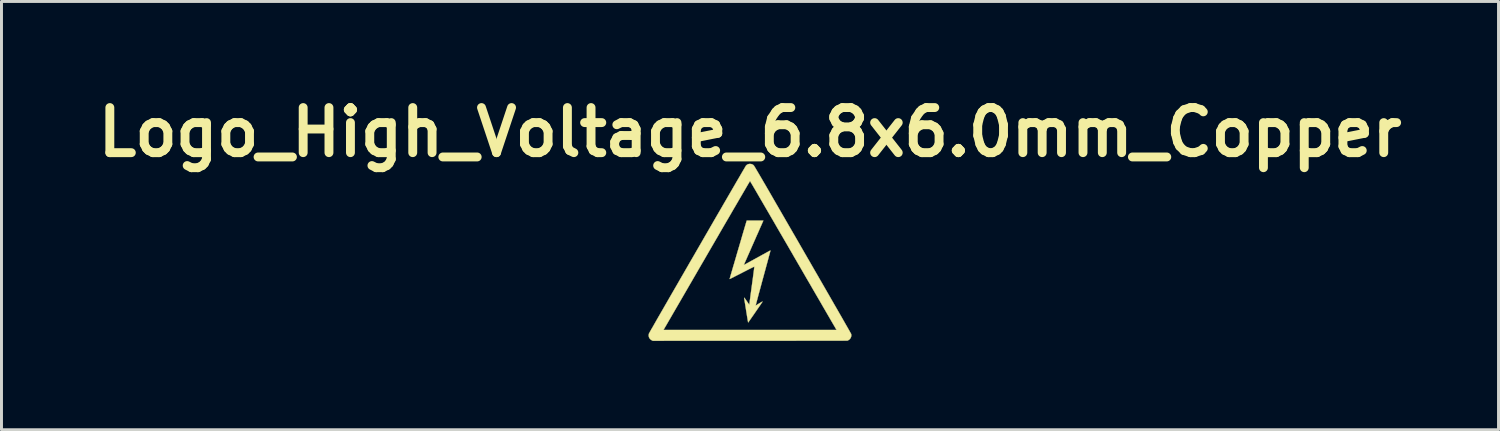
<source format=kicad_pcb>
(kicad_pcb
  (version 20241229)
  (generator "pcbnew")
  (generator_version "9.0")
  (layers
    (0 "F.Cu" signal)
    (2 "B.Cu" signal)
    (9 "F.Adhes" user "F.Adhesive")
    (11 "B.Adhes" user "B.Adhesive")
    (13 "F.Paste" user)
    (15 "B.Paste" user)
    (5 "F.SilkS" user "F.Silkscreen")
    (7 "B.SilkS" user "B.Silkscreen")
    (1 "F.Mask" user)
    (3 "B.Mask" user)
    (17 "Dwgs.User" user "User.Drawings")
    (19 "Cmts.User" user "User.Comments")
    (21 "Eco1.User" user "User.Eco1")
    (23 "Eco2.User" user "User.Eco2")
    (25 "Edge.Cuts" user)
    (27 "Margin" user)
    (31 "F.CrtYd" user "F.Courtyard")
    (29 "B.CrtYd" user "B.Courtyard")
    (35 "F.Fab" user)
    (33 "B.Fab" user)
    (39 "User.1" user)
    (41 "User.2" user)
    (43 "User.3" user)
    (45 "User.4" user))
  (footprint "Logo_High_Voltage_6.8x6.0mm_Copper"
    (layer "F.Cu")
    (at 22.287 5.482)
    (property "Reference" "Logo_High_Voltage_6.8x6.0mm_Copper" (at 0 -4.064 0) (layer "F.SilkS") (effects (font (size 1.524 1.524) (thickness 0.3))))
    (attr exclude_from_pos_files exclude_from_bom)
    (fp_poly (pts (xy 0.436 -1.046) (xy 0.426 -1.025) (xy 0.413 -0.995) (xy 0.397 -0.958) (xy 0.377 -0.913) (xy 0.354 -0.862) (xy 0.329 -0.805) (xy 0.302 -0.743) (xy 0.273 -0.677) (xy 0.242 -0.608) (xy 0.21 -0.536) (xy 0.178 -0.462) (xy 0.144 -0.386) (xy 0.111 -0.31) (xy 0.077 -0.234) (xy 0.044 -0.159) (xy 0.012 -0.085) (xy -0.019 -0.014) (xy -0.049 0.054) (xy -0.078 0.118) (xy -0.104 0.178) (xy -0.128 0.233) (xy -0.15 0.281) (xy -0.168 0.323) (xy -0.183 0.358) (xy -0.195 0.384) (xy -0.202 0.402) (xy -0.206 0.41) (xy -0.206 0.41) (xy -0.208 0.419) (xy -0.207 0.421) (xy -0.201 0.418) (xy -0.187 0.409) (xy -0.164 0.397) (xy -0.134 0.38) (xy -0.097 0.36) (xy -0.055 0.337) (xy -0.008 0.311) (xy 0.042 0.283) (xy 0.096 0.254) (xy 0.151 0.223) (xy 0.208 0.192) (xy 0.265 0.161) (xy 0.321 0.13) (xy 0.375 0.1) (xy 0.427 0.071) (xy 0.476 0.045) (xy 0.521 0.02) (xy 0.56 -0.002) (xy 0.594 -0.02) (xy 0.62 -0.035) (xy 0.639 -0.045) (xy 0.641 -0.046) (xy 0.664 -0.059) (xy 0.679 -0.066) (xy 0.687 -0.068) (xy 0.69 -0.067) (xy 0.689 -0.062) (xy 0.689 -0.061) (xy 0.688 -0.054) (xy 0.683 -0.037) (xy 0.676 -0.01) (xy 0.666 0.026) (xy 0.654 0.071) (xy 0.639 0.124) (xy 0.623 0.185) (xy 0.605 0.253) (xy 0.585 0.327) (xy 0.563 0.407) (xy 0.54 0.492) (xy 0.516 0.581) (xy 0.49 0.675) (xy 0.464 0.772) (xy 0.437 0.87) (xy 0.41 0.969) (xy 0.384 1.066) (xy 0.359 1.159) (xy 0.335 1.248) (xy 0.312 1.332) (xy 0.29 1.411) (xy 0.271 1.484) (xy 0.253 1.551) (xy 0.237 1.611) (xy 0.223 1.663) (xy 0.211 1.707) (xy 0.202 1.742) (xy 0.195 1.768) (xy 0.191 1.784) (xy 0.19 1.79) (xy 0.195 1.787) (xy 0.208 1.78) (xy 0.228 1.768) (xy 0.254 1.752) (xy 0.284 1.734) (xy 0.301 1.723) (xy 0.339 1.7) (xy 0.369 1.682) (xy 0.391 1.669) (xy 0.407 1.661) (xy 0.416 1.657) (xy 0.421 1.657) (xy 0.422 1.66) (xy 0.421 1.662) (xy 0.417 1.668) (xy 0.408 1.682) (xy 0.393 1.704) (xy 0.374 1.732) (xy 0.351 1.767) (xy 0.324 1.805) (xy 0.295 1.848) (xy 0.263 1.894) (xy 0.23 1.942) (xy 0.196 1.992) (xy 0.162 2.041) (xy 0.128 2.091) (xy 0.095 2.138) (xy 0.063 2.184) (xy 0.034 2.226) (xy 0.007 2.264) (xy -0.016 2.297) (xy -0.035 2.325) (xy -0.05 2.345) (xy -0.059 2.358) (xy -0.063 2.363) (xy -0.064 2.357) (xy -0.067 2.341) (xy -0.072 2.316) (xy -0.078 2.282) (xy -0.085 2.241) (xy -0.093 2.192) (xy -0.102 2.138) (xy -0.111 2.078) (xy -0.122 2.015) (xy -0.131 1.958) (xy -0.141 1.891) (xy -0.152 1.827) (xy -0.161 1.767) (xy -0.17 1.712) (xy -0.178 1.663) (xy -0.185 1.621) (xy -0.191 1.586) (xy -0.195 1.56) (xy -0.197 1.544) (xy -0.198 1.538) (xy -0.198 1.528) (xy -0.195 1.524) (xy -0.19 1.529) (xy -0.18 1.541) (xy -0.165 1.561) (xy -0.147 1.586) (xy -0.127 1.615) (xy -0.114 1.634) (xy -0.092 1.666) (xy -0.072 1.694) (xy -0.055 1.719) (xy -0.042 1.738) (xy -0.033 1.749) (xy -0.031 1.752) (xy -0.025 1.757) (xy -0.023 1.753) (xy -0.023 1.751) (xy -0.022 1.744) (xy -0.02 1.727) (xy -0.016 1.699) (xy -0.011 1.663) (xy -0.006 1.618) (xy 0.002 1.566) (xy 0.01 1.507) (xy 0.018 1.441) (xy 0.028 1.37) (xy 0.038 1.295) (xy 0.049 1.215) (xy 0.06 1.132) (xy 0.063 1.113) (xy 0.074 1.029) (xy 0.085 0.949) (xy 0.096 0.872) (xy 0.105 0.8) (xy 0.114 0.733) (xy 0.122 0.673) (xy 0.129 0.619) (xy 0.135 0.573) (xy 0.14 0.534) (xy 0.144 0.505) (xy 0.146 0.486) (xy 0.147 0.477) (xy 0.147 0.476) (xy 0.142 0.477) (xy 0.128 0.483) (xy 0.103 0.494) (xy 0.07 0.51) (xy 0.026 0.532) (xy -0.027 0.558) (xy -0.09 0.59) (xy -0.163 0.628) (xy -0.246 0.67) (xy -0.27 0.683) (xy -0.334 0.716) (xy -0.395 0.747) (xy -0.453 0.776) (xy -0.506 0.803) (xy -0.553 0.828) (xy -0.595 0.849) (xy -0.63 0.866) (xy -0.657 0.88) (xy -0.677 0.889) (xy -0.687 0.894) (xy -0.689 0.894) (xy -0.688 0.89) (xy -0.685 0.878) (xy -0.679 0.858) (xy -0.671 0.83) (xy -0.661 0.793) (xy -0.648 0.748) (xy -0.632 0.694) (xy -0.614 0.632) (xy -0.593 0.56) (xy -0.57 0.48) (xy -0.543 0.39) (xy -0.514 0.291) (xy -0.482 0.182) (xy -0.448 0.063) (xy -0.41 -0.066) (xy -0.369 -0.205) (xy -0.325 -0.353) (xy -0.279 -0.513) (xy -0.229 -0.683) (xy -0.176 -0.863) (xy -0.147 -0.96) (xy -0.112 -1.079) (xy 0.45 -1.079) (xy 0.436 -1.046)) (stroke (width 0.01) (type solid)) (fill yes) (layer "F.SilkS"))
    (fp_poly (pts (xy 0.034 -2.993) (xy 0.073 -2.982) (xy 0.109 -2.961) (xy 0.125 -2.946) (xy 0.128 -2.942) (xy 0.133 -2.936) (xy 0.14 -2.925) (xy 0.148 -2.911) (xy 0.159 -2.893) (xy 0.173 -2.871) (xy 0.189 -2.845) (xy 0.207 -2.814) (xy 0.228 -2.778) (xy 0.252 -2.738) (xy 0.279 -2.692) (xy 0.309 -2.641) (xy 0.342 -2.584) (xy 0.379 -2.521) (xy 0.419 -2.453) (xy 0.462 -2.378) (xy 0.51 -2.297) (xy 0.561 -2.209) (xy 0.616 -2.114) (xy 0.675 -2.012) (xy 0.738 -1.903) (xy 0.805 -1.786) (xy 0.877 -1.661) (xy 0.954 -1.529) (xy 1.035 -1.389) (xy 1.121 -1.24) (xy 1.212 -1.082) (xy 1.308 -0.916) (xy 1.409 -0.741) (xy 1.516 -0.557) (xy 1.628 -0.363) (xy 1.745 -0.159) (xy 1.781 -0.097) (xy 1.909 0.125) (xy 2.033 0.339) (xy 2.151 0.545) (xy 2.265 0.741) (xy 2.373 0.929) (xy 2.476 1.108) (xy 2.574 1.278) (xy 2.667 1.439) (xy 2.754 1.591) (xy 2.836 1.734) (xy 2.913 1.867) (xy 2.985 1.992) (xy 3.051 2.107) (xy 3.112 2.213) (xy 3.167 2.31) (xy 3.217 2.398) (xy 3.262 2.476) (xy 3.301 2.544) (xy 3.334 2.603) (xy 3.362 2.652) (xy 3.384 2.692) (xy 3.401 2.722) (xy 3.412 2.742) (xy 3.417 2.752) (xy 3.418 2.754) (xy 3.423 2.795) (xy 3.418 2.836) (xy 3.404 2.876) (xy 3.381 2.912) (xy 3.351 2.942) (xy 3.317 2.963) (xy 3.291 2.977) (xy 0.002 2.978) (xy -3.286 2.98) (xy -3.321 2.962) (xy -3.359 2.937) (xy -3.388 2.906) (xy -3.41 2.869) (xy -3.422 2.828) (xy -3.424 2.786) (xy -3.416 2.743) (xy -3.414 2.737) (xy -3.41 2.73) (xy -3.401 2.713) (xy -3.387 2.687) (xy -3.367 2.652) (xy -3.345 2.614) (xy -2.924 2.614) (xy 2.924 2.614) (xy 2.908 2.587) (xy 2.904 2.58) (xy 2.894 2.564) (xy 2.88 2.539) (xy 2.86 2.504) (xy 2.835 2.461) (xy 2.805 2.41) (xy 2.77 2.35) (xy 2.731 2.283) (xy 2.688 2.208) (xy 2.64 2.126) (xy 2.588 2.037) (xy 2.533 1.941) (xy 2.474 1.84) (xy 2.412 1.732) (xy 2.346 1.618) (xy 2.277 1.5) (xy 2.205 1.376) (xy 2.13 1.247) (xy 2.053 1.113) (xy 1.973 0.976) (xy 1.891 0.835) (xy 1.807 0.69) (xy 1.721 0.541) (xy 1.633 0.39) (xy 1.544 0.236) (xy 1.453 0.08) (xy 1.449 0.071) (xy 1.358 -0.085) (xy 1.269 -0.239) (xy 1.181 -0.39) (xy 1.095 -0.538) (xy 1.011 -0.682) (xy 0.929 -0.823) (xy 0.85 -0.96) (xy 0.773 -1.093) (xy 0.698 -1.221) (xy 0.627 -1.344) (xy 0.558 -1.462) (xy 0.492 -1.575) (xy 0.43 -1.682) (xy 0.371 -1.783) (xy 0.316 -1.878) (xy 0.265 -1.966) (xy 0.218 -2.047) (xy 0.175 -2.121) (xy 0.136 -2.187) (xy 0.102 -2.246) (xy 0.072 -2.296) (xy 0.047 -2.338) (xy 0.027 -2.372) (xy 0.013 -2.396) (xy 0.004 -2.412) (xy 0.000034 -2.417) (xy -0.000013 -2.417) (xy -0.003 -2.412) (xy -0.012 -2.398) (xy -0.026 -2.374) (xy -0.045 -2.341) (xy -0.07 -2.3) (xy -0.099 -2.25) (xy -0.133 -2.192) (xy -0.171 -2.126) (xy -0.214 -2.053) (xy -0.261 -1.972) (xy -0.312 -1.885) (xy -0.367 -1.791) (xy -0.425 -1.69) (xy -0.487 -1.584) (xy -0.553 -1.472) (xy -0.621 -1.354) (xy -0.692 -1.231) (xy -0.767 -1.103) (xy -0.844 -0.971) (xy -0.923 -0.835) (xy -1.005 -0.694) (xy -1.088 -0.55) (xy -1.174 -0.402) (xy -1.262 -0.251) (xy -1.351 -0.098) (xy -1.441 0.058) (xy -1.449 0.071) (xy -1.539 0.228) (xy -1.629 0.382) (xy -1.717 0.533) (xy -1.803 0.682) (xy -1.887 0.827) (xy -1.969 0.969) (xy -2.049 1.106) (xy -2.126 1.24) (xy -2.201 1.369) (xy -2.273 1.493) (xy -2.342 1.612) (xy -2.408 1.726) (xy -2.471 1.834) (xy -2.53 1.936) (xy -2.586 2.032) (xy -2.637 2.121) (xy -2.685 2.204) (xy -2.729 2.279) (xy -2.768 2.347) (xy -2.803 2.407) (xy -2.833 2.459) (xy -2.858 2.502) (xy -2.879 2.537) (xy -2.894 2.563) (xy -2.903 2.58) (xy -2.908 2.587) (xy -2.908 2.587) (xy -2.924 2.614) (xy -3.345 2.614) (xy -3.343 2.609) (xy -3.313 2.558) (xy -3.279 2.499) (xy -3.241 2.432) (xy -3.199 2.358) (xy -3.153 2.277) (xy -3.103 2.19) (xy -3.049 2.097) (xy -2.992 1.998) (xy -2.932 1.894) (xy -2.869 1.784) (xy -2.803 1.67) (xy -2.735 1.551) (xy -2.664 1.428) (xy -2.591 1.302) (xy -2.516 1.172) (xy -2.439 1.039) (xy -2.361 0.903) (xy -2.281 0.765) (xy -2.2 0.624) (xy -2.118 0.482) (xy -2.036 0.339) (xy -1.952 0.195) (xy -1.868 0.05) (xy -1.784 -0.096) (xy -1.7 -0.241) (xy -1.616 -0.386) (xy -1.533 -0.531) (xy -1.45 -0.674) (xy -1.368 -0.816) (xy -1.287 -0.956) (xy -1.207 -1.095) (xy -1.128 -1.231) (xy -1.051 -1.364) (xy -0.975 -1.494) (xy -0.902 -1.621) (xy -0.83 -1.745) (xy -0.761 -1.864) (xy -0.695 -1.978) (xy -0.631 -2.088) (xy -0.57 -2.193) (xy -0.512 -2.293) (xy -0.458 -2.387) (xy -0.407 -2.474) (xy -0.359 -2.555) (xy -0.316 -2.63) (xy -0.277 -2.697) (xy -0.242 -2.757) (xy -0.211 -2.809) (xy -0.185 -2.853) (xy -0.164 -2.889) (xy -0.149 -2.915) (xy -0.138 -2.933) (xy -0.133 -2.941) (xy -0.132 -2.941) (xy -0.099 -2.969) (xy -0.061 -2.987) (xy -0.018 -2.995) (xy -0.011 -2.995) (xy 0.034 -2.993)) (stroke (width 0.01) (type solid)) (fill yes) (layer "F.SilkS")))
  (gr_rect
    (start -3 -3)
    (end 47.573 11.467)
    (stroke (width 0.1) (type default))
    (fill no)
    (layer "Edge.Cuts")))
</source>
